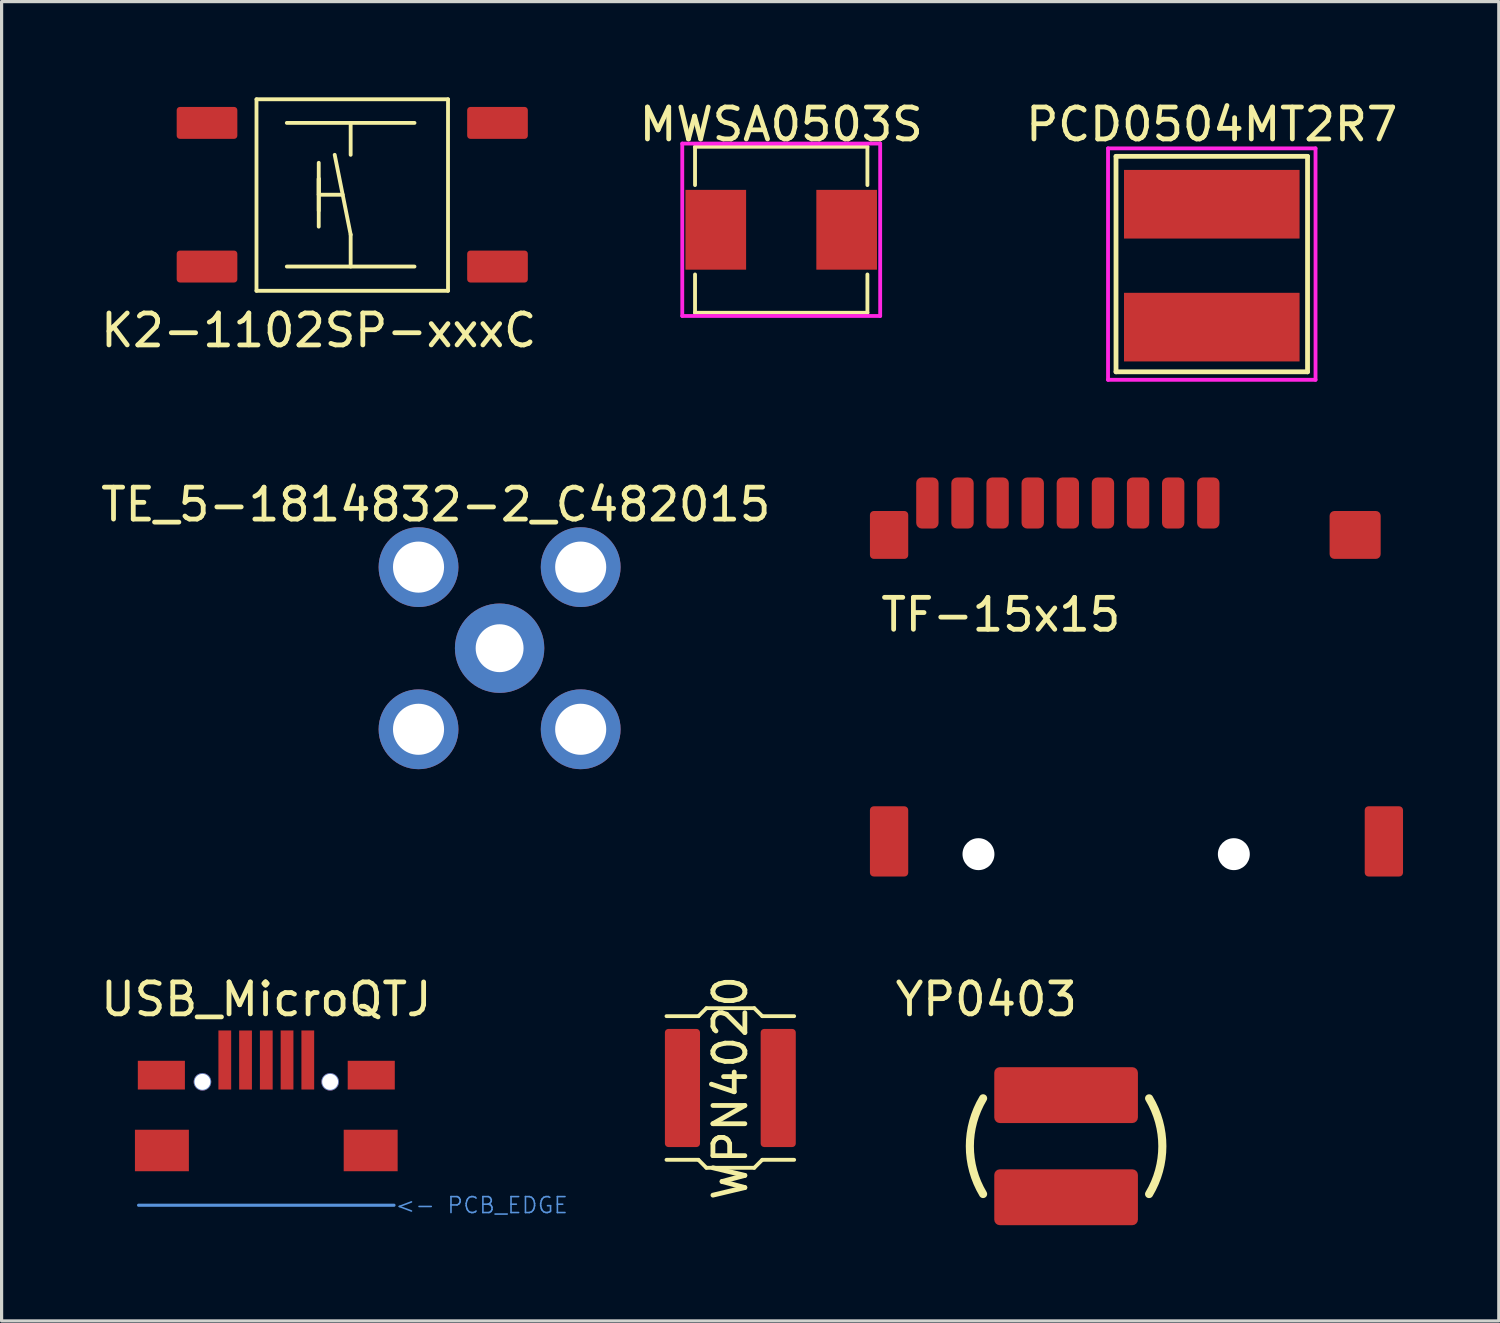
<source format=kicad_pcb>
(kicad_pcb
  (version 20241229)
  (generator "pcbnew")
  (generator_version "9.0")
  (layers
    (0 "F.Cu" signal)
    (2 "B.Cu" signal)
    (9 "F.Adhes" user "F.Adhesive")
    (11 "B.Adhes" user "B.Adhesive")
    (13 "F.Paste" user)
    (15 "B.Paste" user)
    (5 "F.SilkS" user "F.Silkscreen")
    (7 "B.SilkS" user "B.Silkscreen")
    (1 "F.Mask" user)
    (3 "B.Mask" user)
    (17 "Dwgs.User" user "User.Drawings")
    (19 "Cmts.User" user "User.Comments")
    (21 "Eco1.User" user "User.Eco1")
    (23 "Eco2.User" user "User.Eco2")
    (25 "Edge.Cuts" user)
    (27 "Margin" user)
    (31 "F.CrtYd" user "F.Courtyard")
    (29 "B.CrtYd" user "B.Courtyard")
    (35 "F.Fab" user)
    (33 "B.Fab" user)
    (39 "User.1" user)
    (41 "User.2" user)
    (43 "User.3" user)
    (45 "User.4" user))
  (footprint "K2-1102SP-xxxC"
    (layer "F.Cu")
    (at 3.435 0.8)
    (property "Reference" "K2-1102SP-xxxC" (at 3.5 6.5 0) (layer "F.SilkS") (effects (font (size 1 1) (thickness 0.15))))
    (attr through_hole)
    (fp_line (start 1.55 -0.74) (end 7.55 -0.74) (stroke (width 0.12) (type solid)) (layer "F.SilkS"))
    (fp_line (start 1.55 5.26) (end 1.55 -0.74) (stroke (width 0.12) (type solid)) (layer "F.SilkS"))
    (fp_line (start 2.5 0) (end 6.5 0) (stroke (width 0.12) (type solid)) (layer "F.SilkS"))
    (fp_line (start 3.5 1.25) (end 3.5 3.25) (stroke (width 0.12) (type solid)) (layer "F.SilkS"))
    (fp_line (start 3.5 1.75) (end 3.5 2.75) (stroke (width 0.12) (type solid)) (layer "F.SilkS"))
    (fp_line (start 3.5 2.25) (end 3.5 1.75) (stroke (width 0.12) (type solid)) (layer "F.SilkS"))
    (fp_line (start 4.25 2.25) (end 3.5 2.25) (stroke (width 0.12) (type solid)) (layer "F.SilkS"))
    (fp_line (start 4.5 1) (end 4.5 0) (stroke (width 0.12) (type solid)) (layer "F.SilkS"))
    (fp_line (start 4.5 3.5) (end 4 1) (stroke (width 0.12) (type solid)) (layer "F.SilkS"))
    (fp_line (start 4.5 4.5) (end 4.5 3.5) (stroke (width 0.12) (type solid)) (layer "F.SilkS"))
    (fp_line (start 6.5 4.5) (end 2.5 4.5) (stroke (width 0.12) (type solid)) (layer "F.SilkS"))
    (fp_line (start 7.55 -0.74) (end 7.55 5.26) (stroke (width 0.12) (type solid)) (layer "F.SilkS"))
    (fp_line (start 7.55 5.26) (end 1.55 5.26) (stroke (width 0.12) (type solid)) (layer "F.SilkS"))
    (pad "1" smd roundrect (at 0 0) (size 1.9 1) (layers "F.Cu" "F.Mask" "F.Paste") (roundrect_rratio 0.1))
    (pad "1" smd roundrect (at 9.1 0) (size 1.9 1) (layers "F.Cu" "F.Mask" "F.Paste") (roundrect_rratio 0.1))
    (pad "2" smd roundrect (at 0 4.5) (size 1.9 1) (layers "F.Cu" "F.Mask" "F.Paste") (roundrect_rratio 0.1))
    (pad "2" smd roundrect (at 9.1 4.5) (size 1.9 1) (layers "F.Cu" "F.Mask" "F.Paste") (roundrect_rratio 0.1)))
  (footprint "TE_5-1814832-2_C482015"
    (layer "F.Cu")
    (at 12.601 17.256)
    (property "Reference" "TE_5-1814832-2_C482015" (at -2 -4.5 0) (layer "F.SilkS") (effects (font (size 1 1) (thickness 0.15))))
    (attr through_hole)
    (pad "1" thru_hole circle (at 0 0) (size 2.8 2.8) (drill 1.5) (layers "*.Cu" "*.Mask"))
    (pad "2" thru_hole circle (at -2.54 -2.54) (size 2.5 2.5) (drill 1.6) (layers "*.Cu" "*.Mask"))
    (pad "2" thru_hole circle (at -2.54 2.54) (size 2.5 2.5) (drill 1.6) (layers "*.Cu" "*.Mask"))
    (pad "2" thru_hole circle (at 2.54 -2.54) (size 2.5 2.5) (drill 1.6) (layers "*.Cu" "*.Mask"))
    (pad "2" thru_hole circle (at 2.54 2.54) (size 2.5 2.5) (drill 1.6) (layers "*.Cu" "*.Mask")))
  (footprint "YP0403"
    (layer "F.Cu")
    (at 30.347 31.256)
    (property "Reference" "YP0403" (at -2.5 -3 0) (layer "F.SilkS") (effects (font (size 1 1) (thickness 0.15))))
    (attr through_hole)
    (fp_arc (start -2.6 3.098799) (mid -3.014756 1.5993) (end -2.59928 0.100001) (stroke (width 0.254) (type solid)) (layer "F.SilkS"))
    (fp_arc (start 2.600719 0.101201) (mid 3.015475 1.6007) (end 2.599999 3.099999) (stroke (width 0.254) (type solid)) (layer "F.SilkS"))
    (pad "1" smd roundrect (at 0 0) (size 4.5 1.75) (layers "F.Cu" "F.Mask" "F.Paste") (roundrect_rratio 0.1))
    (pad "2" smd roundrect (at 0 3.2) (size 4.5 1.75) (layers "F.Cu" "F.Mask" "F.Paste") (roundrect_rratio 0.1)))
  (footprint "TF-15x15"
    (layer "F.Cu")
    (at 34.802 12.708)
    (property "Reference" "TF-15x15" (at -6.5 3.5 0) (layer "F.SilkS") (effects (font (size 1 1) (thickness 0.15))))
    (attr through_hole)
    (pad "" np_thru_hole circle (at -7.2 11) (size 1 1) (drill 1) (layers "*.Cu" "*.Mask"))
    (pad "" np_thru_hole circle (at 0.8 11) (size 1 1) (drill 1) (layers "*.Cu" "*.Mask"))
    (pad "1" smd roundrect (at 0 0) (size 0.7 1.6) (layers "F.Cu" "F.Mask" "F.Paste") (roundrect_rratio 0.25))
    (pad "2" smd roundrect (at -1.1 0) (size 0.7 1.6) (layers "F.Cu" "F.Mask" "F.Paste") (roundrect_rratio 0.25))
    (pad "3" smd roundrect (at -2.2 0) (size 0.7 1.6) (layers "F.Cu" "F.Mask" "F.Paste") (roundrect_rratio 0.25))
    (pad "4" smd roundrect (at -3.3 0) (size 0.7 1.6) (layers "F.Cu" "F.Mask" "F.Paste") (roundrect_rratio 0.25))
    (pad "5" smd roundrect (at -4.4 0) (size 0.7 1.6) (layers "F.Cu" "F.Mask" "F.Paste") (roundrect_rratio 0.25))
    (pad "6" smd roundrect (at -5.5 0) (size 0.7 1.6) (layers "F.Cu" "F.Mask" "F.Paste") (roundrect_rratio 0.25))
    (pad "7" smd roundrect (at -6.6 0) (size 0.7 1.6) (layers "F.Cu" "F.Mask" "F.Paste") (roundrect_rratio 0.25))
    (pad "8" smd roundrect (at -7.7 0) (size 0.7 1.6) (layers "F.Cu" "F.Mask" "F.Paste") (roundrect_rratio 0.25))
    (pad "9" smd roundrect (at -8.8 0) (size 0.7 1.6) (layers "F.Cu" "F.Mask" "F.Paste") (roundrect_rratio 0.25))
    (pad "11" smd roundrect (at -10 1) (size 1.2 1.5) (layers "F.Cu" "F.Mask" "F.Paste") (roundrect_rratio 0.1))
    (pad "11" smd roundrect (at -10 10.6) (size 1.2 2.2) (layers "F.Cu" "F.Mask" "F.Paste") (roundrect_rratio 0.1))
    (pad "11" smd roundrect (at 4.6 1) (size 1.6 1.5) (layers "F.Cu" "F.Mask" "F.Paste") (roundrect_rratio 0.1))
    (pad "11" smd roundrect (at 5.5 10.6) (size 1.2 2.2) (layers "F.Cu" "F.Mask" "F.Paste") (roundrect_rratio 0.1)))
  (footprint "MWSA0503S"
    (layer "F.Cu")
    (at 21.423 4.148)
    (property "Reference" "MWSA0503S" (at 0 -3.3 0) (layer "F.SilkS") (effects (font (size 1 1) (thickness 0.15))))
    (attr through_hole)
    (fp_line (start -2.7 -2.6) (end 2.7 -2.6) (stroke (width 0.12) (type solid)) (layer "F.SilkS"))
    (fp_line (start -2.7 -1.4) (end -2.7 -2.6) (stroke (width 0.12) (type solid)) (layer "F.SilkS"))
    (fp_line (start -2.7 2.6) (end -2.7 1.4) (stroke (width 0.12) (type solid)) (layer "F.SilkS"))
    (fp_line (start 2.7 -2.6) (end 2.7 -1.4) (stroke (width 0.12) (type solid)) (layer "F.SilkS"))
    (fp_line (start 2.7 1.4) (end 2.7 2.6) (stroke (width 0.12) (type solid)) (layer "F.SilkS"))
    (fp_line (start 2.7 2.6) (end -2.7 2.6) (stroke (width 0.12) (type solid)) (layer "F.SilkS"))
    (fp_line (start -3.1 -2.7) (end 3.1 -2.7) (stroke (width 0.12) (type solid)) (layer "F.CrtYd"))
    (fp_line (start -3.1 2.7) (end -3.1 -2.7) (stroke (width 0.12) (type solid)) (layer "F.CrtYd"))
    (fp_line (start 3.1 -2.7) (end 3.1 2.7) (stroke (width 0.12) (type solid)) (layer "F.CrtYd"))
    (fp_line (start 3.1 2.7) (end -3.1 2.7) (stroke (width 0.12) (type solid)) (layer "F.CrtYd"))
    (pad "1" smd rect (at -2.05 0) (size 1.9 2.5) (layers "F.Cu" "F.Mask" "F.Paste"))
    (pad "2" smd rect (at 2.05 0) (size 1.9 2.5) (layers "F.Cu" "F.Mask" "F.Paste")))
  (footprint "WPN4020"
    (layer "F.Cu")
    (at 18.329 31.033)
    (property "Reference" "WPN4020" (at 1.5 0 90) (layer "F.SilkS") (effects (font (size 1 1) (thickness 0.15))))
    (attr through_hole)
    (fp_line (start -0.5 -2.25) (end 0.5 -2.25) (stroke (width 0.12) (type solid)) (layer "F.SilkS"))
    (fp_line (start 0.5 -2.25) (end 0.75 -2.5) (stroke (width 0.12) (type solid)) (layer "F.SilkS"))
    (fp_line (start 0.5 2.25) (end -0.5 2.25) (stroke (width 0.12) (type solid)) (layer "F.SilkS"))
    (fp_line (start 0.75 -2.5) (end 2.25 -2.5) (stroke (width 0.12) (type solid)) (layer "F.SilkS"))
    (fp_line (start 0.75 2.5) (end 0.5 2.25) (stroke (width 0.12) (type solid)) (layer "F.SilkS"))
    (fp_line (start 2.25 -2.5) (end 2.5 -2.25) (stroke (width 0.12) (type solid)) (layer "F.SilkS"))
    (fp_line (start 2.25 2.5) (end 0.75 2.5) (stroke (width 0.12) (type solid)) (layer "F.SilkS"))
    (fp_line (start 2.5 -2.25) (end 3.5 -2.25) (stroke (width 0.12) (type solid)) (layer "F.SilkS"))
    (fp_line (start 2.5 2.25) (end 2.25 2.5) (stroke (width 0.12) (type solid)) (layer "F.SilkS"))
    (fp_line (start 3.5 2.25) (end 2.5 2.25) (stroke (width 0.12) (type solid)) (layer "F.SilkS"))
    (pad "1" smd roundrect (at 0 0) (size 1.1 3.7) (layers "F.Cu" "F.Mask" "F.Paste") (roundrect_rratio 0.1))
    (pad "2" smd roundrect (at 3 0) (size 1.1 3.7) (layers "F.Cu" "F.Mask" "F.Paste") (roundrect_rratio 0.1)))
  (footprint "PCD0504MT2R7"
    (layer "F.Cu")
    (at 34.911 3.348)
    (property "Reference" "PCD0504MT2R7" (at 0 -2.5 0) (unlocked yes) (layer "F.SilkS") (effects (font (size 1 1) (thickness 0.15))))
    (attr smd)
    (fp_line (start -3 -1.5) (end 3 -1.5) (stroke (width 0.15) (type solid)) (layer "F.SilkS"))
    (fp_line (start -3 5.25) (end -3 -1.5) (stroke (width 0.15) (type solid)) (layer "F.SilkS"))
    (fp_line (start 3 -1.5) (end 3 5.25) (stroke (width 0.15) (type solid)) (layer "F.SilkS"))
    (fp_line (start 3 5.25) (end -3 5.25) (stroke (width 0.15) (type solid)) (layer "F.SilkS"))
    (fp_line (start -3.25 -1.75) (end 3.25 -1.75) (stroke (width 0.12) (type solid)) (layer "F.CrtYd"))
    (fp_line (start -3.25 5.5) (end -3.25 -1.75) (stroke (width 0.12) (type solid)) (layer "F.CrtYd"))
    (fp_line (start 3.25 -1.75) (end 3.25 5.5) (stroke (width 0.12) (type solid)) (layer "F.CrtYd"))
    (fp_line (start 3.25 5.5) (end -3.25 5.5) (stroke (width 0.12) (type solid)) (layer "F.CrtYd"))
    (pad "1" smd rect (at 0 0) (size 5.5 2.15) (layers "F.Cu" "F.Mask" "F.Paste"))
    (pad "2" smd rect (at 0 3.85) (size 5.5 2.15) (layers "F.Cu" "F.Mask" "F.Paste")))
  (footprint "USB_MicroQTJ"
    (layer "F.Cu")
    (at 4.004 30.157)
    (property "Reference" "USB_MicroQTJ" (at 1.288 -1.901 0) (layer "F.SilkS") (effects (font (size 1 1) (thickness 0.15))))
    (attr through_hole)
    (fp_line (start -2.712 4.549) (end 5.288 4.549) (stroke (width 0.1) (type solid)) (layer "Cmts.User"))
    (fp_text user "<- PCB_EDGE" (at 8.038 4.549 0) (layer "Cmts.User") (effects (font (size 0.5 0.5) (thickness 0.05))))
    (pad "" np_thru_hole circle (at -0.712 0.684) (size 0.55 0.55) (drill 0.5) (layers "*.Cu" "*.Mask"))
    (pad "" np_thru_hole circle (at 3.288 0.684) (size 0.55 0.55) (drill 0.5) (layers "*.Cu" "*.Mask"))
    (pad "1" smd rect (at -0.012 -0.001) (size 0.4 1.85) (layers "F.Cu" "F.Mask" "F.Paste"))
    (pad "2" smd rect (at 0.638 0) (size 0.4 1.85) (layers "F.Cu" "F.Mask" "F.Paste"))
    (pad "3" smd rect (at 1.288 0) (size 0.4 1.85) (layers "F.Cu" "F.Mask" "F.Paste"))
    (pad "4" smd rect (at 1.938 -0.001) (size 0.4 1.85) (layers "F.Cu" "F.Mask" "F.Paste"))
    (pad "5" smd rect (at 2.588 -0.001) (size 0.4 1.85) (layers "F.Cu" "F.Mask" "F.Paste"))
    (pad "6" smd rect (at -1.999 0.474) (size 1.475 0.9) (layers "F.Cu" "F.Mask" "F.Paste"))
    (pad "6" smd rect (at -1.982 2.834) (size 1.69 1.3) (layers "F.Cu" "F.Mask" "F.Paste"))
    (pad "6" smd rect (at 4.558 2.834) (size 1.69 1.3) (layers "F.Cu" "F.Mask" "F.Paste"))
    (pad "6" smd rect (at 4.576 0.474) (size 1.475 0.9) (layers "F.Cu" "F.Mask" "F.Paste")))
  (gr_rect
    (start -3 -3)
    (end 43.902 38.331)
    (stroke (width 0.1) (type default))
    (fill no)
    (layer "Edge.Cuts")))
</source>
